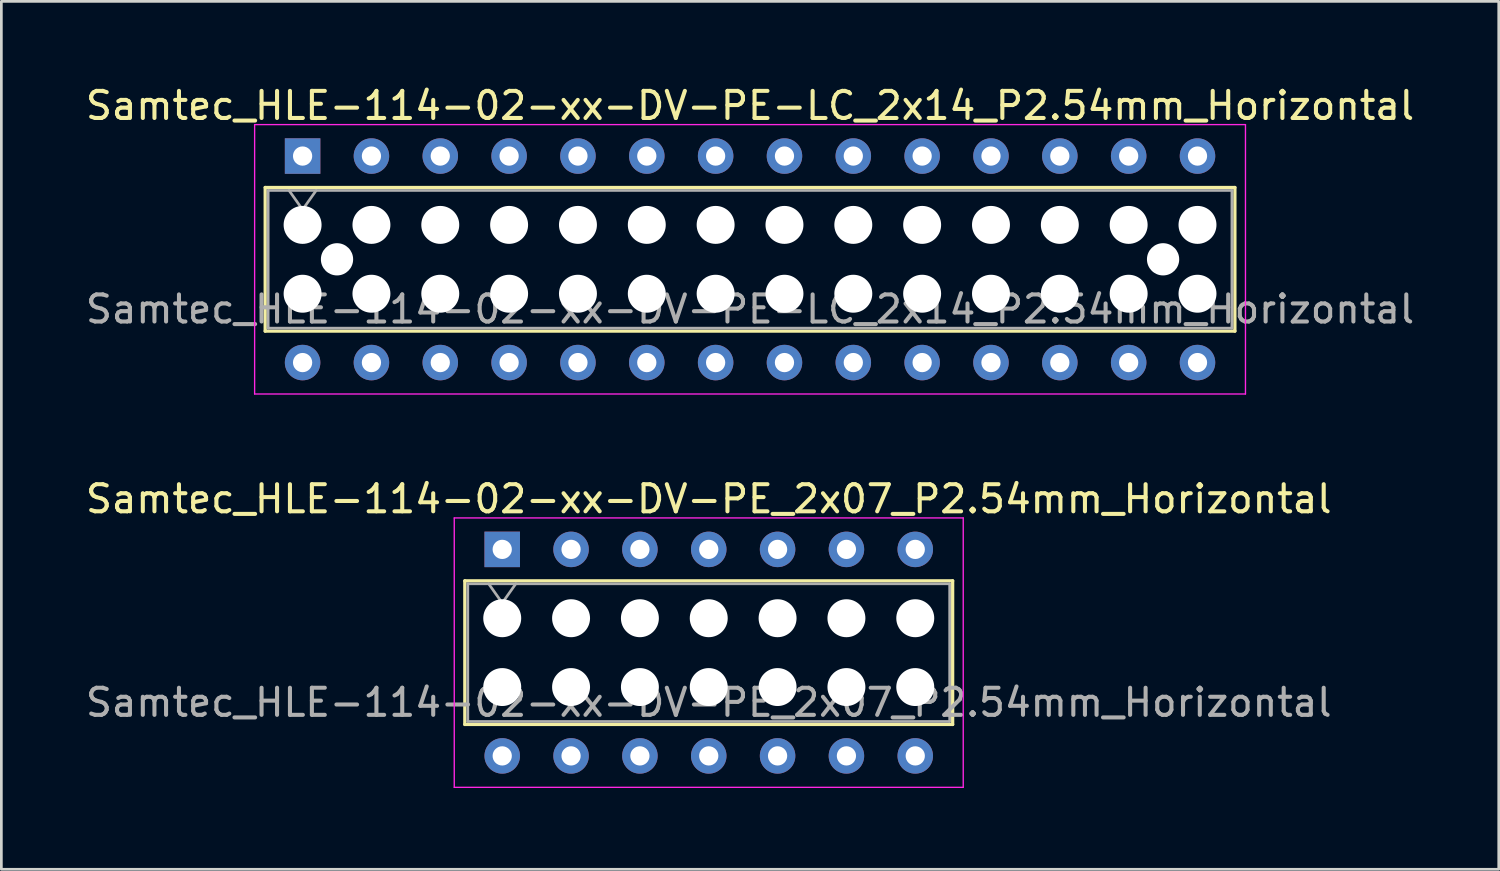
<source format=kicad_pcb>
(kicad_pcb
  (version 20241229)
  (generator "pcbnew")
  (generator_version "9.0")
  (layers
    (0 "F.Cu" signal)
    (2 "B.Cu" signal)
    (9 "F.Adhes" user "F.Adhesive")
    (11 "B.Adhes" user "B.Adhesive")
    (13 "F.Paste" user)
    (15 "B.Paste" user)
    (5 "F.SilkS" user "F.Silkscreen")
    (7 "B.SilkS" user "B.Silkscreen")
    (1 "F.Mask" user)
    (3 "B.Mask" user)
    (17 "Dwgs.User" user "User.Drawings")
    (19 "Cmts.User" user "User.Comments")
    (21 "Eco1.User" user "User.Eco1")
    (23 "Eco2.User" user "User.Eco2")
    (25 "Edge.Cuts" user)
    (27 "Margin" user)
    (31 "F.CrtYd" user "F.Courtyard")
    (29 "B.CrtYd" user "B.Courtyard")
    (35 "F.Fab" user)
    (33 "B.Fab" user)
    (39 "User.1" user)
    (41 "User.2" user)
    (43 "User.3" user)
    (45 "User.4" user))
  (footprint "Samtec_HLE-114-02-xx-DV-PE-LC_2x14_P2.54mm_Horizontal"
    (layer "F.Cu")
    (at 8.115 2.708)
    (property "Reference" "Samtec_HLE-114-02-xx-DV-PE-LC_2x14_P2.54mm_Horizontal" (at 16.51 -1.86 0) (layer "F.SilkS") (effects (font (size 1 1) (thickness 0.15))))
    (attr through_hole)
    (fp_line (start -1.38 1.16) (end 34.4 1.16) (stroke (width 0.12) (type solid)) (layer "F.SilkS"))
    (fp_line (start -1.38 6.46) (end -1.38 1.16) (stroke (width 0.12) (type solid)) (layer "F.SilkS"))
    (fp_line (start 34.4 1.16) (end 34.4 6.46) (stroke (width 0.12) (type solid)) (layer "F.SilkS"))
    (fp_line (start 34.4 6.46) (end -1.38 6.46) (stroke (width 0.12) (type solid)) (layer "F.SilkS"))
    (fp_line (start -1.77 -1.16) (end 34.79 -1.16) (stroke (width 0.05) (type solid)) (layer "F.CrtYd"))
    (fp_line (start -1.77 8.78) (end -1.77 -1.16) (stroke (width 0.05) (type solid)) (layer "F.CrtYd"))
    (fp_line (start 34.79 -1.16) (end 34.79 8.78) (stroke (width 0.05) (type solid)) (layer "F.CrtYd"))
    (fp_line (start 34.79 8.78) (end -1.77 8.78) (stroke (width 0.05) (type solid)) (layer "F.CrtYd"))
    (fp_line (start -1.27 1.27) (end 34.29 1.27) (stroke (width 0.1) (type solid)) (layer "F.Fab"))
    (fp_line (start -1.27 6.35) (end -1.27 1.27) (stroke (width 0.1) (type solid)) (layer "F.Fab"))
    (fp_line (start -0.5 1.27) (end 0 1.977) (stroke (width 0.1) (type solid)) (layer "F.Fab"))
    (fp_line (start 0 1.977) (end 0.5 1.27) (stroke (width 0.1) (type solid)) (layer "F.Fab"))
    (fp_line (start 34.29 1.27) (end 34.29 6.35) (stroke (width 0.1) (type solid)) (layer "F.Fab"))
    (fp_line (start 34.29 6.35) (end -1.27 6.35) (stroke (width 0.1) (type solid)) (layer "F.Fab"))
    (fp_text user "${REFERENCE}" (at 16.51 5.65 0) (layer "F.Fab") (effects (font (size 1 1) (thickness 0.15))))
    (pad "" np_thru_hole circle (at 0 2.54) (size 1.4 1.4) (drill 1.4) (layers "*.Cu" "*.Mask"))
    (pad "" np_thru_hole circle (at 0 5.08) (size 1.4 1.4) (drill 1.4) (layers "*.Cu" "*.Mask"))
    (pad "" np_thru_hole circle (at 1.27 3.81) (size 1.19 1.19) (drill 1.19) (layers "*.Cu" "*.Mask"))
    (pad "" np_thru_hole circle (at 2.54 2.54) (size 1.4 1.4) (drill 1.4) (layers "*.Cu" "*.Mask"))
    (pad "" np_thru_hole circle (at 2.54 5.08) (size 1.4 1.4) (drill 1.4) (layers "*.Cu" "*.Mask"))
    (pad "" np_thru_hole circle (at 5.08 2.54) (size 1.4 1.4) (drill 1.4) (layers "*.Cu" "*.Mask"))
    (pad "" np_thru_hole circle (at 5.08 5.08) (size 1.4 1.4) (drill 1.4) (layers "*.Cu" "*.Mask"))
    (pad "" np_thru_hole circle (at 7.62 2.54) (size 1.4 1.4) (drill 1.4) (layers "*.Cu" "*.Mask"))
    (pad "" np_thru_hole circle (at 7.62 5.08) (size 1.4 1.4) (drill 1.4) (layers "*.Cu" "*.Mask"))
    (pad "" np_thru_hole circle (at 10.16 2.54) (size 1.4 1.4) (drill 1.4) (layers "*.Cu" "*.Mask"))
    (pad "" np_thru_hole circle (at 10.16 5.08) (size 1.4 1.4) (drill 1.4) (layers "*.Cu" "*.Mask"))
    (pad "" np_thru_hole circle (at 12.7 2.54) (size 1.4 1.4) (drill 1.4) (layers "*.Cu" "*.Mask"))
    (pad "" np_thru_hole circle (at 12.7 5.08) (size 1.4 1.4) (drill 1.4) (layers "*.Cu" "*.Mask"))
    (pad "" np_thru_hole circle (at 15.24 2.54) (size 1.4 1.4) (drill 1.4) (layers "*.Cu" "*.Mask"))
    (pad "" np_thru_hole circle (at 15.24 5.08) (size 1.4 1.4) (drill 1.4) (layers "*.Cu" "*.Mask"))
    (pad "" np_thru_hole circle (at 17.78 2.54) (size 1.4 1.4) (drill 1.4) (layers "*.Cu" "*.Mask"))
    (pad "" np_thru_hole circle (at 17.78 5.08) (size 1.4 1.4) (drill 1.4) (layers "*.Cu" "*.Mask"))
    (pad "" np_thru_hole circle (at 20.32 2.54) (size 1.4 1.4) (drill 1.4) (layers "*.Cu" "*.Mask"))
    (pad "" np_thru_hole circle (at 20.32 5.08) (size 1.4 1.4) (drill 1.4) (layers "*.Cu" "*.Mask"))
    (pad "" np_thru_hole circle (at 22.86 2.54) (size 1.4 1.4) (drill 1.4) (layers "*.Cu" "*.Mask"))
    (pad "" np_thru_hole circle (at 22.86 5.08) (size 1.4 1.4) (drill 1.4) (layers "*.Cu" "*.Mask"))
    (pad "" np_thru_hole circle (at 25.4 2.54) (size 1.4 1.4) (drill 1.4) (layers "*.Cu" "*.Mask"))
    (pad "" np_thru_hole circle (at 25.4 5.08) (size 1.4 1.4) (drill 1.4) (layers "*.Cu" "*.Mask"))
    (pad "" np_thru_hole circle (at 27.94 2.54) (size 1.4 1.4) (drill 1.4) (layers "*.Cu" "*.Mask"))
    (pad "" np_thru_hole circle (at 27.94 5.08) (size 1.4 1.4) (drill 1.4) (layers "*.Cu" "*.Mask"))
    (pad "" np_thru_hole circle (at 30.48 2.54) (size 1.4 1.4) (drill 1.4) (layers "*.Cu" "*.Mask"))
    (pad "" np_thru_hole circle (at 30.48 5.08) (size 1.4 1.4) (drill 1.4) (layers "*.Cu" "*.Mask"))
    (pad "" np_thru_hole circle (at 31.75 3.81) (size 1.19 1.19) (drill 1.19) (layers "*.Cu" "*.Mask"))
    (pad "" np_thru_hole circle (at 33.02 2.54) (size 1.4 1.4) (drill 1.4) (layers "*.Cu" "*.Mask"))
    (pad "" np_thru_hole circle (at 33.02 5.08) (size 1.4 1.4) (drill 1.4) (layers "*.Cu" "*.Mask"))
    (pad "1" thru_hole rect (at 0 0) (size 1.31 1.31) (drill 0.71) (layers "*.Cu" "*.Mask"))
    (pad "2" thru_hole circle (at 0 7.62) (size 1.31 1.31) (drill 0.71) (layers "*.Cu" "*.Mask"))
    (pad "3" thru_hole circle (at 2.54 0) (size 1.31 1.31) (drill 0.71) (layers "*.Cu" "*.Mask"))
    (pad "4" thru_hole circle (at 2.54 7.62) (size 1.31 1.31) (drill 0.71) (layers "*.Cu" "*.Mask"))
    (pad "5" thru_hole circle (at 5.08 0) (size 1.31 1.31) (drill 0.71) (layers "*.Cu" "*.Mask"))
    (pad "6" thru_hole circle (at 5.08 7.62) (size 1.31 1.31) (drill 0.71) (layers "*.Cu" "*.Mask"))
    (pad "7" thru_hole circle (at 7.62 0) (size 1.31 1.31) (drill 0.71) (layers "*.Cu" "*.Mask"))
    (pad "8" thru_hole circle (at 7.62 7.62) (size 1.31 1.31) (drill 0.71) (layers "*.Cu" "*.Mask"))
    (pad "9" thru_hole circle (at 10.16 0) (size 1.31 1.31) (drill 0.71) (layers "*.Cu" "*.Mask"))
    (pad "10" thru_hole circle (at 10.16 7.62) (size 1.31 1.31) (drill 0.71) (layers "*.Cu" "*.Mask"))
    (pad "11" thru_hole circle (at 12.7 0) (size 1.31 1.31) (drill 0.71) (layers "*.Cu" "*.Mask"))
    (pad "12" thru_hole circle (at 12.7 7.62) (size 1.31 1.31) (drill 0.71) (layers "*.Cu" "*.Mask"))
    (pad "13" thru_hole circle (at 15.24 0) (size 1.31 1.31) (drill 0.71) (layers "*.Cu" "*.Mask"))
    (pad "14" thru_hole circle (at 15.24 7.62) (size 1.31 1.31) (drill 0.71) (layers "*.Cu" "*.Mask"))
    (pad "15" thru_hole circle (at 17.78 0) (size 1.31 1.31) (drill 0.71) (layers "*.Cu" "*.Mask"))
    (pad "16" thru_hole circle (at 17.78 7.62) (size 1.31 1.31) (drill 0.71) (layers "*.Cu" "*.Mask"))
    (pad "17" thru_hole circle (at 20.32 0) (size 1.31 1.31) (drill 0.71) (layers "*.Cu" "*.Mask"))
    (pad "18" thru_hole circle (at 20.32 7.62) (size 1.31 1.31) (drill 0.71) (layers "*.Cu" "*.Mask"))
    (pad "19" thru_hole circle (at 22.86 0) (size 1.31 1.31) (drill 0.71) (layers "*.Cu" "*.Mask"))
    (pad "20" thru_hole circle (at 22.86 7.62) (size 1.31 1.31) (drill 0.71) (layers "*.Cu" "*.Mask"))
    (pad "21" thru_hole circle (at 25.4 0) (size 1.31 1.31) (drill 0.71) (layers "*.Cu" "*.Mask"))
    (pad "22" thru_hole circle (at 25.4 7.62) (size 1.31 1.31) (drill 0.71) (layers "*.Cu" "*.Mask"))
    (pad "23" thru_hole circle (at 27.94 0) (size 1.31 1.31) (drill 0.71) (layers "*.Cu" "*.Mask"))
    (pad "24" thru_hole circle (at 27.94 7.62) (size 1.31 1.31) (drill 0.71) (layers "*.Cu" "*.Mask"))
    (pad "25" thru_hole circle (at 30.48 0) (size 1.31 1.31) (drill 0.71) (layers "*.Cu" "*.Mask"))
    (pad "26" thru_hole circle (at 30.48 7.62) (size 1.31 1.31) (drill 0.71) (layers "*.Cu" "*.Mask"))
    (pad "27" thru_hole circle (at 33.02 0) (size 1.31 1.31) (drill 0.71) (layers "*.Cu" "*.Mask"))
    (pad "28" thru_hole circle (at 33.02 7.62) (size 1.31 1.31) (drill 0.71) (layers "*.Cu" "*.Mask")))
  (footprint "Samtec_HLE-114-02-xx-DV-PE_2x07_P2.54mm_Horizontal"
    (layer "F.Cu")
    (at 15.481 17.221)
    (property "Reference" "Samtec_HLE-114-02-xx-DV-PE_2x07_P2.54mm_Horizontal" (at 7.62 -1.86 0) (layer "F.SilkS") (effects (font (size 1 1) (thickness 0.15))))
    (attr through_hole)
    (fp_line (start -1.38 1.16) (end 16.62 1.16) (stroke (width 0.12) (type solid)) (layer "F.SilkS"))
    (fp_line (start -1.38 6.46) (end -1.38 1.16) (stroke (width 0.12) (type solid)) (layer "F.SilkS"))
    (fp_line (start 16.62 1.16) (end 16.62 6.46) (stroke (width 0.12) (type solid)) (layer "F.SilkS"))
    (fp_line (start 16.62 6.46) (end -1.38 6.46) (stroke (width 0.12) (type solid)) (layer "F.SilkS"))
    (fp_line (start -1.77 -1.16) (end 17.01 -1.16) (stroke (width 0.05) (type solid)) (layer "F.CrtYd"))
    (fp_line (start -1.77 8.78) (end -1.77 -1.16) (stroke (width 0.05) (type solid)) (layer "F.CrtYd"))
    (fp_line (start 17.01 -1.16) (end 17.01 8.78) (stroke (width 0.05) (type solid)) (layer "F.CrtYd"))
    (fp_line (start 17.01 8.78) (end -1.77 8.78) (stroke (width 0.05) (type solid)) (layer "F.CrtYd"))
    (fp_line (start -1.27 1.27) (end 16.51 1.27) (stroke (width 0.1) (type solid)) (layer "F.Fab"))
    (fp_line (start -1.27 6.35) (end -1.27 1.27) (stroke (width 0.1) (type solid)) (layer "F.Fab"))
    (fp_line (start -0.5 1.27) (end 0 1.977) (stroke (width 0.1) (type solid)) (layer "F.Fab"))
    (fp_line (start 0 1.977) (end 0.5 1.27) (stroke (width 0.1) (type solid)) (layer "F.Fab"))
    (fp_line (start 16.51 1.27) (end 16.51 6.35) (stroke (width 0.1) (type solid)) (layer "F.Fab"))
    (fp_line (start 16.51 6.35) (end -1.27 6.35) (stroke (width 0.1) (type solid)) (layer "F.Fab"))
    (fp_text user "${REFERENCE}" (at 7.62 5.65 0) (layer "F.Fab") (effects (font (size 1 1) (thickness 0.15))))
    (pad "" np_thru_hole circle (at 0 2.54) (size 1.4 1.4) (drill 1.4) (layers "*.Cu" "*.Mask"))
    (pad "" np_thru_hole circle (at 0 5.08) (size 1.4 1.4) (drill 1.4) (layers "*.Cu" "*.Mask"))
    (pad "" np_thru_hole circle (at 2.54 2.54) (size 1.4 1.4) (drill 1.4) (layers "*.Cu" "*.Mask"))
    (pad "" np_thru_hole circle (at 2.54 5.08) (size 1.4 1.4) (drill 1.4) (layers "*.Cu" "*.Mask"))
    (pad "" np_thru_hole circle (at 5.08 2.54) (size 1.4 1.4) (drill 1.4) (layers "*.Cu" "*.Mask"))
    (pad "" np_thru_hole circle (at 5.08 5.08) (size 1.4 1.4) (drill 1.4) (layers "*.Cu" "*.Mask"))
    (pad "" np_thru_hole circle (at 7.62 2.54) (size 1.4 1.4) (drill 1.4) (layers "*.Cu" "*.Mask"))
    (pad "" np_thru_hole circle (at 7.62 5.08) (size 1.4 1.4) (drill 1.4) (layers "*.Cu" "*.Mask"))
    (pad "" np_thru_hole circle (at 10.16 2.54) (size 1.4 1.4) (drill 1.4) (layers "*.Cu" "*.Mask"))
    (pad "" np_thru_hole circle (at 10.16 5.08) (size 1.4 1.4) (drill 1.4) (layers "*.Cu" "*.Mask"))
    (pad "" np_thru_hole circle (at 12.7 2.54) (size 1.4 1.4) (drill 1.4) (layers "*.Cu" "*.Mask"))
    (pad "" np_thru_hole circle (at 12.7 5.08) (size 1.4 1.4) (drill 1.4) (layers "*.Cu" "*.Mask"))
    (pad "" np_thru_hole circle (at 15.24 2.54) (size 1.4 1.4) (drill 1.4) (layers "*.Cu" "*.Mask"))
    (pad "" np_thru_hole circle (at 15.24 5.08) (size 1.4 1.4) (drill 1.4) (layers "*.Cu" "*.Mask"))
    (pad "1" thru_hole rect (at 0 0) (size 1.31 1.31) (drill 0.71) (layers "*.Cu" "*.Mask"))
    (pad "2" thru_hole circle (at 0 7.62) (size 1.31 1.31) (drill 0.71) (layers "*.Cu" "*.Mask"))
    (pad "3" thru_hole circle (at 2.54 0) (size 1.31 1.31) (drill 0.71) (layers "*.Cu" "*.Mask"))
    (pad "4" thru_hole circle (at 2.54 7.62) (size 1.31 1.31) (drill 0.71) (layers "*.Cu" "*.Mask"))
    (pad "5" thru_hole circle (at 5.08 0) (size 1.31 1.31) (drill 0.71) (layers "*.Cu" "*.Mask"))
    (pad "6" thru_hole circle (at 5.08 7.62) (size 1.31 1.31) (drill 0.71) (layers "*.Cu" "*.Mask"))
    (pad "7" thru_hole circle (at 7.62 0) (size 1.31 1.31) (drill 0.71) (layers "*.Cu" "*.Mask"))
    (pad "8" thru_hole circle (at 7.62 7.62) (size 1.31 1.31) (drill 0.71) (layers "*.Cu" "*.Mask"))
    (pad "9" thru_hole circle (at 10.16 0) (size 1.31 1.31) (drill 0.71) (layers "*.Cu" "*.Mask"))
    (pad "10" thru_hole circle (at 10.16 7.62) (size 1.31 1.31) (drill 0.71) (layers "*.Cu" "*.Mask"))
    (pad "11" thru_hole circle (at 12.7 0) (size 1.31 1.31) (drill 0.71) (layers "*.Cu" "*.Mask"))
    (pad "12" thru_hole circle (at 12.7 7.62) (size 1.31 1.31) (drill 0.71) (layers "*.Cu" "*.Mask"))
    (pad "13" thru_hole circle (at 15.24 0) (size 1.31 1.31) (drill 0.71) (layers "*.Cu" "*.Mask"))
    (pad "14" thru_hole circle (at 15.24 7.62) (size 1.31 1.31) (drill 0.71) (layers "*.Cu" "*.Mask")))
  (gr_rect
    (start -3 -3)
    (end 52.25 29.026)
    (stroke (width 0.1) (type default))
    (fill no)
    (layer "Edge.Cuts")))
</source>
